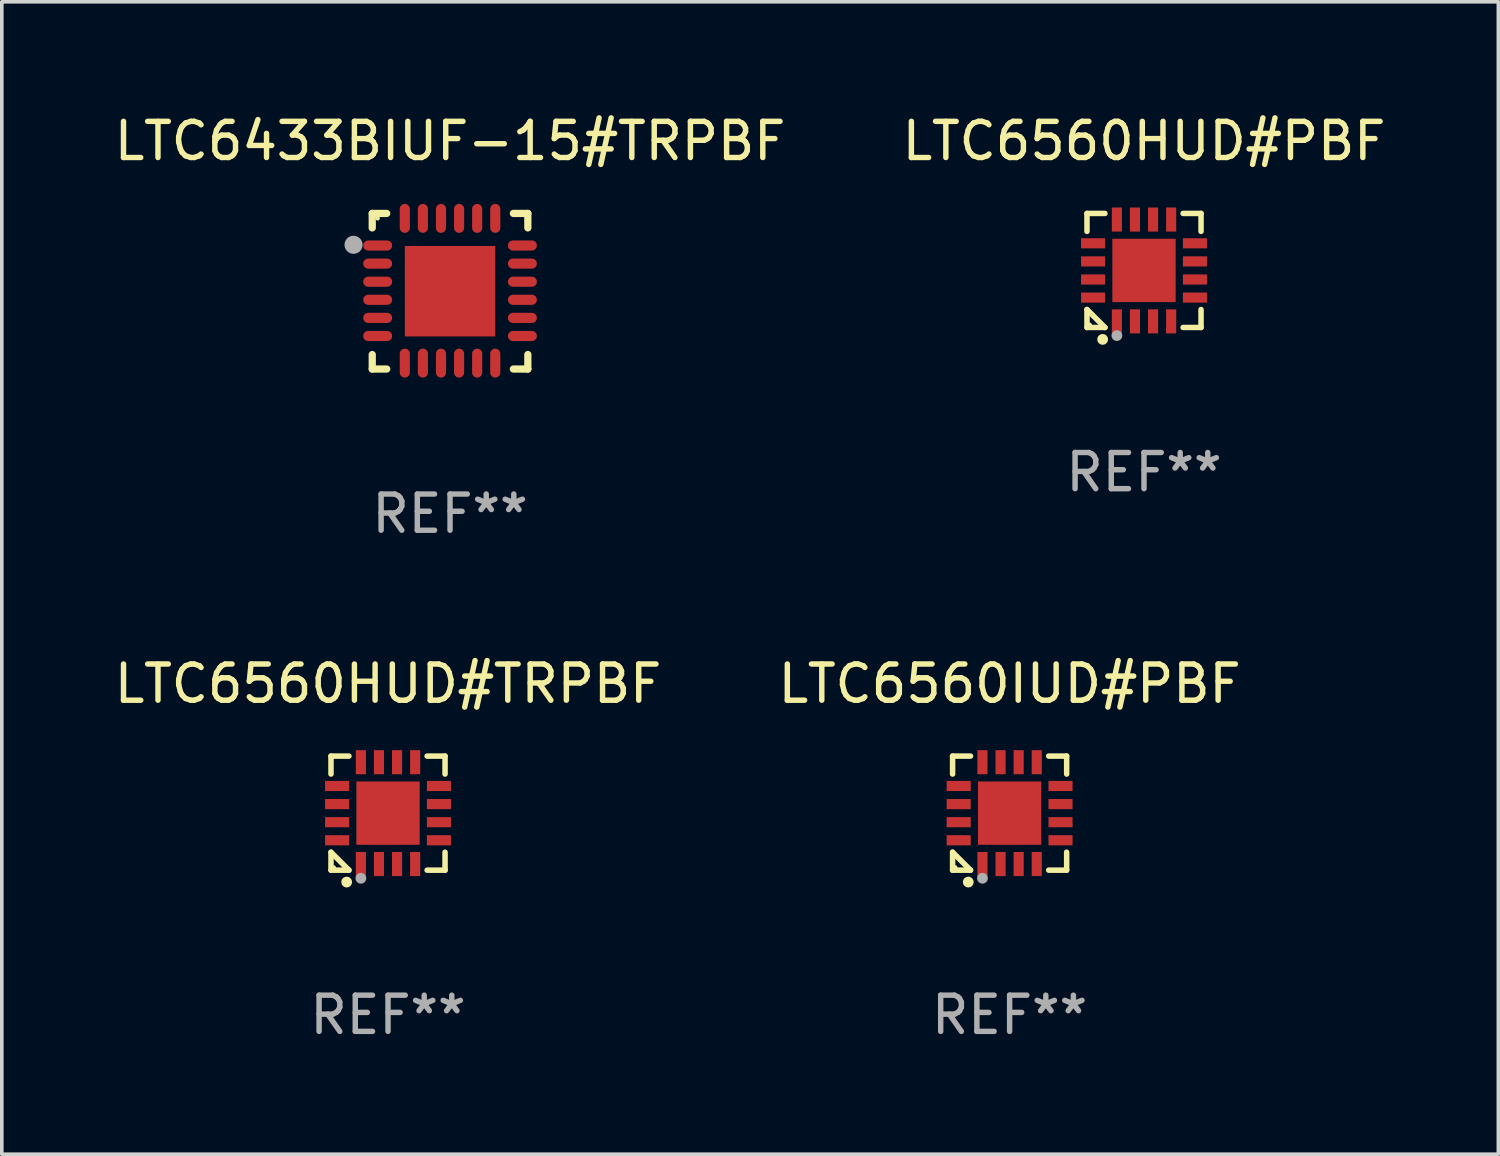
<source format=kicad_pcb>
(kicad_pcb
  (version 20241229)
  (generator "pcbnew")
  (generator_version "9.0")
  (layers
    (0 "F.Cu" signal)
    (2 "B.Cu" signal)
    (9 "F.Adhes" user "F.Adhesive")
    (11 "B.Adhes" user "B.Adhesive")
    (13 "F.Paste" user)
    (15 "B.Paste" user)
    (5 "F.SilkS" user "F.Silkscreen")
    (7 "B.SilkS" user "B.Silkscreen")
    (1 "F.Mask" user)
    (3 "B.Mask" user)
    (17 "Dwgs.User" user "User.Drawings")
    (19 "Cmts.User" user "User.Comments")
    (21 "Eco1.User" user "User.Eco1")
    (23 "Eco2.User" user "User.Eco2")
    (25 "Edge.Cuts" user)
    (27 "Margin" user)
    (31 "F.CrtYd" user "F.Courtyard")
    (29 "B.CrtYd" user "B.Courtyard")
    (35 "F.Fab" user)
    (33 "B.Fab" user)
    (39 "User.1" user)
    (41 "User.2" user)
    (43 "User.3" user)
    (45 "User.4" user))
  (footprint "LTC6560HUD#TRPBF"
    (layer "F.Cu")
    (at 7.673 19.421)
    (property "Reference" "LTC6560HUD#TRPBF" (at 0 -3.576 0) (layer "F.SilkS") (effects (font (size 1 1) (thickness 0.15))))
    (attr through_hole)
    (fp_line (start -1.576 -1.576) (end -1.08 -1.576) (stroke (width 0.152) (type solid)) (layer "F.SilkS"))
    (fp_line (start -1.576 -1.08) (end -1.576 -1.576) (stroke (width 0.152) (type solid)) (layer "F.SilkS"))
    (fp_line (start -1.576 1.08) (end -1.576 1.576) (stroke (width 0.152) (type solid)) (layer "F.SilkS"))
    (fp_line (start -1.576 1.576) (end -1.08 1.576) (stroke (width 0.152) (type solid)) (layer "F.SilkS"))
    (fp_line (start -1.08 1.576) (end -1.576 1.08) (stroke (width 0.152) (type solid)) (layer "F.SilkS"))
    (fp_line (start 1.576 -1.576) (end 1.08 -1.576) (stroke (width 0.152) (type solid)) (layer "F.SilkS"))
    (fp_line (start 1.576 -1.08) (end 1.576 -1.576) (stroke (width 0.152) (type solid)) (layer "F.SilkS"))
    (fp_line (start 1.576 1.08) (end 1.576 1.576) (stroke (width 0.152) (type solid)) (layer "F.SilkS"))
    (fp_line (start 1.576 1.576) (end 1.08 1.576) (stroke (width 0.152) (type solid)) (layer "F.SilkS"))
    (fp_circle (center -1.5 1.5) (end -1.47 1.5) (stroke (width 0.06) (type solid)) (fill no) (layer "F.SilkS"))
    (fp_circle (center -1.143 1.905) (end -1.068 1.905) (stroke (width 0.15) (type solid)) (fill no) (layer "F.SilkS"))
    (fp_circle (center -0.75 1.8) (end -0.675 1.8) (stroke (width 0.15) (type solid)) (fill no) (layer "F.Fab"))
    (fp_text user "REF**" (at 0 5.576 0) (layer "F.Fab") (effects (font (size 1 1) (thickness 0.15))))
    (pad "1" smd rect (at -0.75 1.407) (size 0.28 0.665) (layers "F.Cu" "F.Mask" "F.Paste"))
    (pad "2" smd rect (at -0.25 1.407) (size 0.28 0.665) (layers "F.Cu" "F.Mask" "F.Paste"))
    (pad "3" smd rect (at 0.25 1.407) (size 0.28 0.665) (layers "F.Cu" "F.Mask" "F.Paste"))
    (pad "4" smd rect (at 0.75 1.407) (size 0.28 0.665) (layers "F.Cu" "F.Mask" "F.Paste"))
    (pad "5" smd rect (at 1.407 0.75) (size 0.665 0.28) (layers "F.Cu" "F.Mask" "F.Paste"))
    (pad "6" smd rect (at 1.407 0.25) (size 0.665 0.28) (layers "F.Cu" "F.Mask" "F.Paste"))
    (pad "7" smd rect (at 1.407 -0.25) (size 0.665 0.28) (layers "F.Cu" "F.Mask" "F.Paste"))
    (pad "8" smd rect (at 1.407 -0.75) (size 0.665 0.28) (layers "F.Cu" "F.Mask" "F.Paste"))
    (pad "9" smd rect (at 0.75 -1.407) (size 0.28 0.665) (layers "F.Cu" "F.Mask" "F.Paste"))
    (pad "10" smd rect (at 0.25 -1.407) (size 0.28 0.665) (layers "F.Cu" "F.Mask" "F.Paste"))
    (pad "11" smd rect (at -0.25 -1.407) (size 0.28 0.665) (layers "F.Cu" "F.Mask" "F.Paste"))
    (pad "12" smd rect (at -0.75 -1.407) (size 0.28 0.665) (layers "F.Cu" "F.Mask" "F.Paste"))
    (pad "13" smd rect (at -1.407 -0.75) (size 0.665 0.28) (layers "F.Cu" "F.Mask" "F.Paste"))
    (pad "14" smd rect (at -1.407 -0.25) (size 0.665 0.28) (layers "F.Cu" "F.Mask" "F.Paste"))
    (pad "15" smd rect (at -1.407 0.25) (size 0.665 0.28) (layers "F.Cu" "F.Mask" "F.Paste"))
    (pad "16" smd rect (at -1.407 0.75) (size 0.665 0.28) (layers "F.Cu" "F.Mask" "F.Paste"))
    (pad "17" smd rect (at 0 0) (size 1.75 1.75) (layers "F.Cu" "F.Mask" "F.Paste")))
  (footprint "LTC6433BIUF-15#TRPBF"
    (layer "F.Cu")
    (at 9.387 4.998)
    (property "Reference" "LTC6433BIUF-15#TRPBF" (at 0 -4.15 0) (layer "F.SilkS") (effects (font (size 1 1) (thickness 0.15))))
    (attr through_hole)
    (fp_line (start -2.15 -2.15) (end -1.75 -2.15) (stroke (width 0.2) (type solid)) (layer "F.SilkS"))
    (fp_line (start -2.15 -1.75) (end -2.15 -2.15) (stroke (width 0.2) (type solid)) (layer "F.SilkS"))
    (fp_line (start -2.15 2.15) (end -2.15 1.75) (stroke (width 0.2) (type solid)) (layer "F.SilkS"))
    (fp_line (start -1.75 2.15) (end -2.15 2.15) (stroke (width 0.2) (type solid)) (layer "F.SilkS"))
    (fp_line (start 1.75 -2.15) (end 2.15 -2.15) (stroke (width 0.2) (type solid)) (layer "F.SilkS"))
    (fp_line (start 1.75 2.15) (end 2.15 2.15) (stroke (width 0.2) (type solid)) (layer "F.SilkS"))
    (fp_line (start 2.15 -2.15) (end 2.15 -1.75) (stroke (width 0.2) (type solid)) (layer "F.SilkS"))
    (fp_line (start 2.15 2.15) (end 2.15 1.75) (stroke (width 0.2) (type solid)) (layer "F.SilkS"))
    (fp_circle (center -2 -2.013) (end -1.97 -2.013) (stroke (width 0.06) (type solid)) (fill no) (layer "F.SilkS"))
    (fp_circle (center -2.667 -1.283) (end -2.542 -1.283) (stroke (width 0.25) (type solid)) (fill no) (layer "F.Fab"))
    (fp_text user "REF**" (at 0 6.15 0) (layer "F.Fab") (effects (font (size 1 1) (thickness 0.15))))
    (pad "1" smd oval (at -2 -1.263) (size 0.8 0.28) (layers "F.Cu" "F.Mask" "F.Paste"))
    (pad "2" smd oval (at -2 -0.763) (size 0.8 0.28) (layers "F.Cu" "F.Mask" "F.Paste"))
    (pad "3" smd oval (at -2 -0.263) (size 0.8 0.28) (layers "F.Cu" "F.Mask" "F.Paste"))
    (pad "4" smd oval (at -2 0.237) (size 0.8 0.28) (layers "F.Cu" "F.Mask" "F.Paste"))
    (pad "5" smd oval (at -2 0.737) (size 0.8 0.28) (layers "F.Cu" "F.Mask" "F.Paste"))
    (pad "6" smd oval (at -2 1.237) (size 0.8 0.28) (layers "F.Cu" "F.Mask" "F.Paste"))
    (pad "7" smd oval (at -1.25 1.987) (size 0.28 0.8) (layers "F.Cu" "F.Mask" "F.Paste"))
    (pad "8" smd oval (at -0.75 1.987) (size 0.28 0.8) (layers "F.Cu" "F.Mask" "F.Paste"))
    (pad "9" smd oval (at -0.25 1.987) (size 0.28 0.8) (layers "F.Cu" "F.Mask" "F.Paste"))
    (pad "10" smd oval (at 0.25 1.987) (size 0.28 0.8) (layers "F.Cu" "F.Mask" "F.Paste"))
    (pad "11" smd oval (at 0.75 1.987) (size 0.28 0.8) (layers "F.Cu" "F.Mask" "F.Paste"))
    (pad "12" smd oval (at 1.25 1.987) (size 0.28 0.8) (layers "F.Cu" "F.Mask" "F.Paste"))
    (pad "13" smd oval (at 2 1.237) (size 0.8 0.28) (layers "F.Cu" "F.Mask" "F.Paste"))
    (pad "14" smd oval (at 2 0.737) (size 0.8 0.28) (layers "F.Cu" "F.Mask" "F.Paste"))
    (pad "15" smd oval (at 2 0.237) (size 0.8 0.28) (layers "F.Cu" "F.Mask" "F.Paste"))
    (pad "16" smd oval (at 2 -0.263) (size 0.8 0.28) (layers "F.Cu" "F.Mask" "F.Paste"))
    (pad "17" smd oval (at 2 -0.763) (size 0.8 0.28) (layers "F.Cu" "F.Mask" "F.Paste"))
    (pad "18" smd oval (at 2 -1.263) (size 0.8 0.28) (layers "F.Cu" "F.Mask" "F.Paste"))
    (pad "19" smd oval (at 1.25 -2.013) (size 0.28 0.8) (layers "F.Cu" "F.Mask" "F.Paste"))
    (pad "20" smd oval (at 0.75 -2.013) (size 0.28 0.8) (layers "F.Cu" "F.Mask" "F.Paste"))
    (pad "21" smd oval (at 0.25 -2.013) (size 0.28 0.8) (layers "F.Cu" "F.Mask" "F.Paste"))
    (pad "22" smd oval (at -0.25 -2.013) (size 0.28 0.8) (layers "F.Cu" "F.Mask" "F.Paste"))
    (pad "23" smd oval (at -0.75 -2.013) (size 0.28 0.8) (layers "F.Cu" "F.Mask" "F.Paste"))
    (pad "24" smd oval (at -1.25 -2.013) (size 0.28 0.8) (layers "F.Cu" "F.Mask" "F.Paste"))
    (pad "25" smd rect (at -0.000127 -0.00014) (size 2.5 2.5) (layers "F.Cu" "F.Mask" "F.Paste")))
  (footprint "LTC6560HUD#PBF"
    (layer "F.Cu")
    (at 28.565 4.424)
    (property "Reference" "LTC6560HUD#PBF" (at 0 -3.576 0) (layer "F.SilkS") (effects (font (size 1 1) (thickness 0.15))))
    (attr through_hole)
    (fp_line (start -1.576 -1.576) (end -1.08 -1.576) (stroke (width 0.152) (type solid)) (layer "F.SilkS"))
    (fp_line (start -1.576 -1.08) (end -1.576 -1.576) (stroke (width 0.152) (type solid)) (layer "F.SilkS"))
    (fp_line (start -1.576 1.08) (end -1.576 1.576) (stroke (width 0.152) (type solid)) (layer "F.SilkS"))
    (fp_line (start -1.576 1.576) (end -1.08 1.576) (stroke (width 0.152) (type solid)) (layer "F.SilkS"))
    (fp_line (start -1.08 1.576) (end -1.576 1.08) (stroke (width 0.152) (type solid)) (layer "F.SilkS"))
    (fp_line (start 1.576 -1.576) (end 1.08 -1.576) (stroke (width 0.152) (type solid)) (layer "F.SilkS"))
    (fp_line (start 1.576 -1.08) (end 1.576 -1.576) (stroke (width 0.152) (type solid)) (layer "F.SilkS"))
    (fp_line (start 1.576 1.08) (end 1.576 1.576) (stroke (width 0.152) (type solid)) (layer "F.SilkS"))
    (fp_line (start 1.576 1.576) (end 1.08 1.576) (stroke (width 0.152) (type solid)) (layer "F.SilkS"))
    (fp_circle (center -1.5 1.5) (end -1.47 1.5) (stroke (width 0.06) (type solid)) (fill no) (layer "F.SilkS"))
    (fp_circle (center -1.143 1.905) (end -1.068 1.905) (stroke (width 0.15) (type solid)) (fill no) (layer "F.SilkS"))
    (fp_circle (center -0.75 1.8) (end -0.675 1.8) (stroke (width 0.15) (type solid)) (fill no) (layer "F.Fab"))
    (fp_text user "REF**" (at 0 5.576 0) (layer "F.Fab") (effects (font (size 1 1) (thickness 0.15))))
    (pad "1" smd rect (at -0.75 1.407) (size 0.28 0.665) (layers "F.Cu" "F.Mask" "F.Paste"))
    (pad "2" smd rect (at -0.25 1.407) (size 0.28 0.665) (layers "F.Cu" "F.Mask" "F.Paste"))
    (pad "3" smd rect (at 0.25 1.407) (size 0.28 0.665) (layers "F.Cu" "F.Mask" "F.Paste"))
    (pad "4" smd rect (at 0.75 1.407) (size 0.28 0.665) (layers "F.Cu" "F.Mask" "F.Paste"))
    (pad "5" smd rect (at 1.407 0.75) (size 0.665 0.28) (layers "F.Cu" "F.Mask" "F.Paste"))
    (pad "6" smd rect (at 1.407 0.25) (size 0.665 0.28) (layers "F.Cu" "F.Mask" "F.Paste"))
    (pad "7" smd rect (at 1.407 -0.25) (size 0.665 0.28) (layers "F.Cu" "F.Mask" "F.Paste"))
    (pad "8" smd rect (at 1.407 -0.75) (size 0.665 0.28) (layers "F.Cu" "F.Mask" "F.Paste"))
    (pad "9" smd rect (at 0.75 -1.407) (size 0.28 0.665) (layers "F.Cu" "F.Mask" "F.Paste"))
    (pad "10" smd rect (at 0.25 -1.407) (size 0.28 0.665) (layers "F.Cu" "F.Mask" "F.Paste"))
    (pad "11" smd rect (at -0.25 -1.407) (size 0.28 0.665) (layers "F.Cu" "F.Mask" "F.Paste"))
    (pad "12" smd rect (at -0.75 -1.407) (size 0.28 0.665) (layers "F.Cu" "F.Mask" "F.Paste"))
    (pad "13" smd rect (at -1.407 -0.75) (size 0.665 0.28) (layers "F.Cu" "F.Mask" "F.Paste"))
    (pad "14" smd rect (at -1.407 -0.25) (size 0.665 0.28) (layers "F.Cu" "F.Mask" "F.Paste"))
    (pad "15" smd rect (at -1.407 0.25) (size 0.665 0.28) (layers "F.Cu" "F.Mask" "F.Paste"))
    (pad "16" smd rect (at -1.407 0.75) (size 0.665 0.28) (layers "F.Cu" "F.Mask" "F.Paste"))
    (pad "17" smd rect (at 0 0) (size 1.75 1.75) (layers "F.Cu" "F.Mask" "F.Paste")))
  (footprint "LTC6560IUD#PBF"
    (layer "F.Cu")
    (at 24.851 19.421)
    (property "Reference" "LTC6560IUD#PBF" (at 0 -3.576 0) (layer "F.SilkS") (effects (font (size 1 1) (thickness 0.15))))
    (attr through_hole)
    (fp_line (start -1.576 -1.576) (end -1.08 -1.576) (stroke (width 0.152) (type solid)) (layer "F.SilkS"))
    (fp_line (start -1.576 -1.08) (end -1.576 -1.576) (stroke (width 0.152) (type solid)) (layer "F.SilkS"))
    (fp_line (start -1.576 1.08) (end -1.576 1.576) (stroke (width 0.152) (type solid)) (layer "F.SilkS"))
    (fp_line (start -1.576 1.576) (end -1.08 1.576) (stroke (width 0.152) (type solid)) (layer "F.SilkS"))
    (fp_line (start -1.08 1.576) (end -1.576 1.08) (stroke (width 0.152) (type solid)) (layer "F.SilkS"))
    (fp_line (start 1.576 -1.576) (end 1.08 -1.576) (stroke (width 0.152) (type solid)) (layer "F.SilkS"))
    (fp_line (start 1.576 -1.08) (end 1.576 -1.576) (stroke (width 0.152) (type solid)) (layer "F.SilkS"))
    (fp_line (start 1.576 1.08) (end 1.576 1.576) (stroke (width 0.152) (type solid)) (layer "F.SilkS"))
    (fp_line (start 1.576 1.576) (end 1.08 1.576) (stroke (width 0.152) (type solid)) (layer "F.SilkS"))
    (fp_circle (center -1.5 1.5) (end -1.47 1.5) (stroke (width 0.06) (type solid)) (fill no) (layer "F.SilkS"))
    (fp_circle (center -1.143 1.905) (end -1.068 1.905) (stroke (width 0.15) (type solid)) (fill no) (layer "F.SilkS"))
    (fp_circle (center -0.75 1.8) (end -0.675 1.8) (stroke (width 0.15) (type solid)) (fill no) (layer "F.Fab"))
    (fp_text user "REF**" (at 0 5.576 0) (layer "F.Fab") (effects (font (size 1 1) (thickness 0.15))))
    (pad "1" smd rect (at -0.75 1.407) (size 0.28 0.665) (layers "F.Cu" "F.Mask" "F.Paste"))
    (pad "2" smd rect (at -0.25 1.407) (size 0.28 0.665) (layers "F.Cu" "F.Mask" "F.Paste"))
    (pad "3" smd rect (at 0.25 1.407) (size 0.28 0.665) (layers "F.Cu" "F.Mask" "F.Paste"))
    (pad "4" smd rect (at 0.75 1.407) (size 0.28 0.665) (layers "F.Cu" "F.Mask" "F.Paste"))
    (pad "5" smd rect (at 1.407 0.75) (size 0.665 0.28) (layers "F.Cu" "F.Mask" "F.Paste"))
    (pad "6" smd rect (at 1.407 0.25) (size 0.665 0.28) (layers "F.Cu" "F.Mask" "F.Paste"))
    (pad "7" smd rect (at 1.407 -0.25) (size 0.665 0.28) (layers "F.Cu" "F.Mask" "F.Paste"))
    (pad "8" smd rect (at 1.407 -0.75) (size 0.665 0.28) (layers "F.Cu" "F.Mask" "F.Paste"))
    (pad "9" smd rect (at 0.75 -1.407) (size 0.28 0.665) (layers "F.Cu" "F.Mask" "F.Paste"))
    (pad "10" smd rect (at 0.25 -1.407) (size 0.28 0.665) (layers "F.Cu" "F.Mask" "F.Paste"))
    (pad "11" smd rect (at -0.25 -1.407) (size 0.28 0.665) (layers "F.Cu" "F.Mask" "F.Paste"))
    (pad "12" smd rect (at -0.75 -1.407) (size 0.28 0.665) (layers "F.Cu" "F.Mask" "F.Paste"))
    (pad "13" smd rect (at -1.407 -0.75) (size 0.665 0.28) (layers "F.Cu" "F.Mask" "F.Paste"))
    (pad "14" smd rect (at -1.407 -0.25) (size 0.665 0.28) (layers "F.Cu" "F.Mask" "F.Paste"))
    (pad "15" smd rect (at -1.407 0.25) (size 0.665 0.28) (layers "F.Cu" "F.Mask" "F.Paste"))
    (pad "16" smd rect (at -1.407 0.75) (size 0.665 0.28) (layers "F.Cu" "F.Mask" "F.Paste"))
    (pad "17" smd rect (at 0 0) (size 1.75 1.75) (layers "F.Cu" "F.Mask" "F.Paste")))
  (gr_rect
    (start -3 -3)
    (end 38.357 28.846)
    (stroke (width 0.1) (type default))
    (fill no)
    (layer "Edge.Cuts")))
</source>
